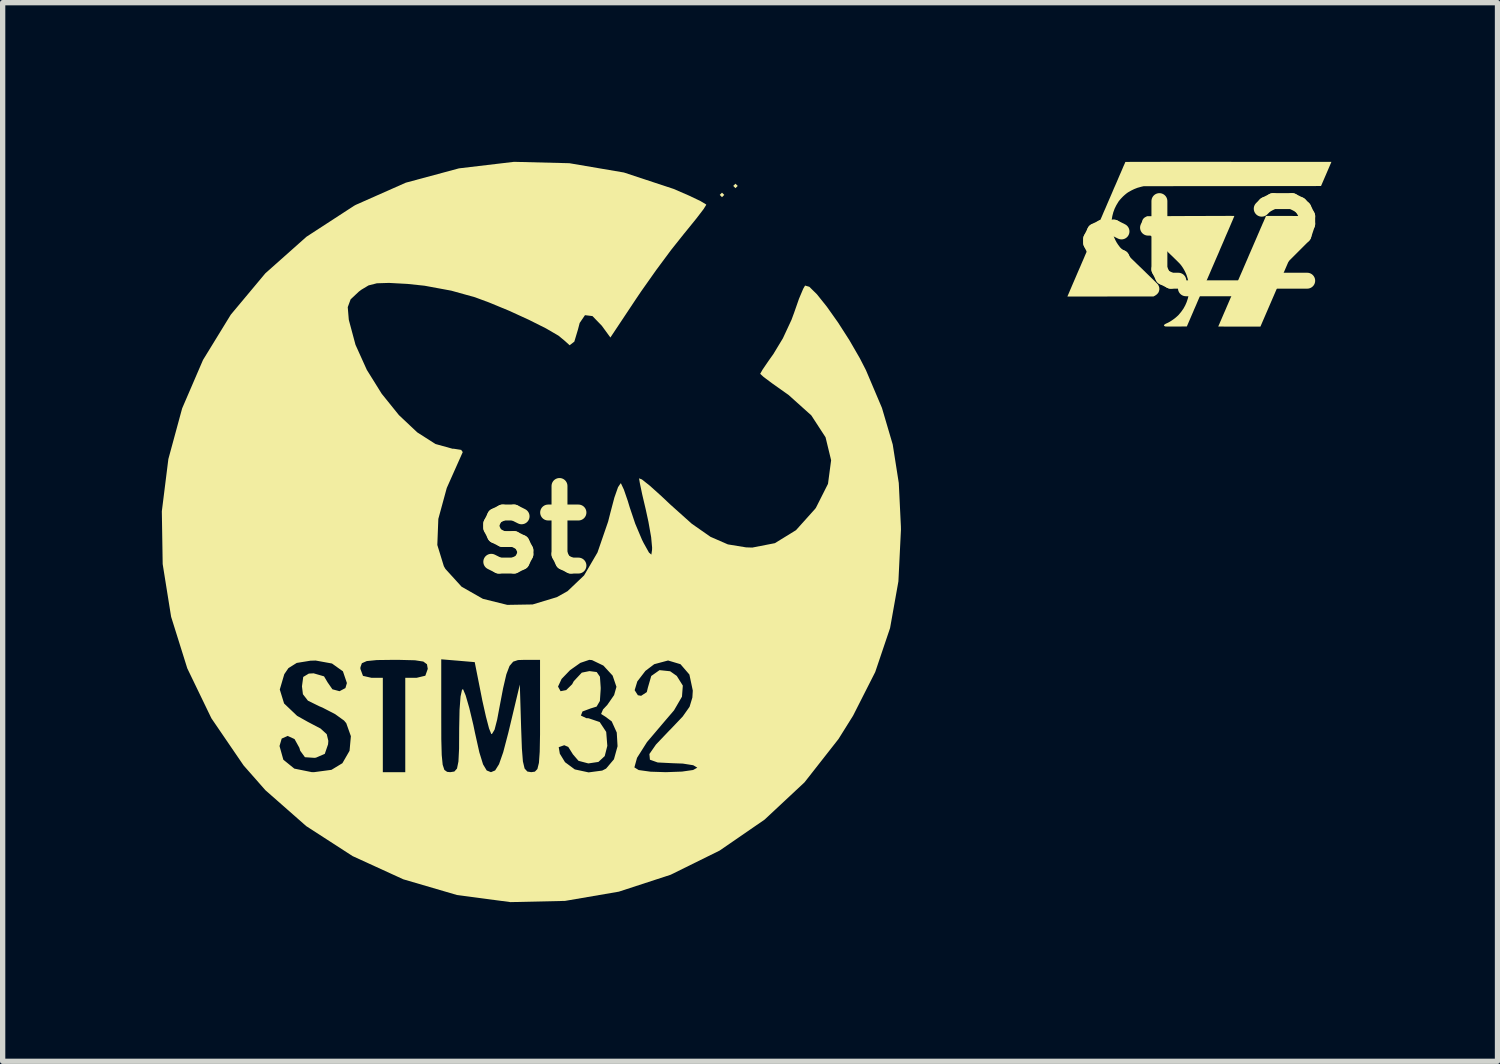
<source format=kicad_pcb>
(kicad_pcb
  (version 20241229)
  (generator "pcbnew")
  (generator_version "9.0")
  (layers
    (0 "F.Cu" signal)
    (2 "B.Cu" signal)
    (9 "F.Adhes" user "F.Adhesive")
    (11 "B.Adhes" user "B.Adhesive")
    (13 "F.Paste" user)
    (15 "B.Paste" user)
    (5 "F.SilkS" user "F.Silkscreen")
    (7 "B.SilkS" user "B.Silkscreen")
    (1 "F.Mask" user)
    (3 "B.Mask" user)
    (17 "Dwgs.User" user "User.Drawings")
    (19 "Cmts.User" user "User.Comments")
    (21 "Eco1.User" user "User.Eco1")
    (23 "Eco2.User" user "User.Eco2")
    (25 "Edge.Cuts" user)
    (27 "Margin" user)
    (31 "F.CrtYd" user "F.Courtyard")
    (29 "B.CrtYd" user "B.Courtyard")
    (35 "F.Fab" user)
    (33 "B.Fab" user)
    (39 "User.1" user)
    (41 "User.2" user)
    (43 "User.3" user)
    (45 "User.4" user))
  (footprint "st"
    (layer "F.Cu")
    (at 6.959 6.931)
    (property "Reference" "st" (at 0 0 0) (layer "F.SilkS") (effects (font (size 1.5 1.5) (thickness 0.3))))
    (attr board_only exclude_from_pos_files exclude_from_bom)
    (fp_poly (pts (xy 3.641 -6.308) (xy 3.598 -6.265) (xy 3.556 -6.308) (xy 3.598 -6.35)) (stroke (width 0) (type solid)) (fill yes) (layer "F.SilkS"))
    (fp_poly (pts (xy 3.895 -6.477) (xy 3.852 -6.435) (xy 3.81 -6.477) (xy 3.852 -6.519)) (stroke (width 0) (type solid)) (fill yes) (layer "F.SilkS"))
    (fp_poly (pts (xy 0.722 -6.905) (xy 1.749 -6.73) (xy 2.688 -6.42) (xy 2.976 -6.295) (xy 3.192 -6.192) (xy 3.297 -6.129) (xy 3.302 -6.122) (xy 3.252 -6.041) (xy 3.118 -5.866) (xy 2.927 -5.63) (xy 2.881 -5.574) (xy 2.639 -5.27) (xy 2.355 -4.887) (xy 2.077 -4.493) (xy 1.977 -4.345) (xy 1.495 -3.62) (xy 1.333 -3.842) (xy 1.157 -4.024) (xy 1.016 -4.041) (xy 0.916 -3.894) (xy 0.883 -3.768) (xy 0.815 -3.542) (xy 0.727 -3.474) (xy 0.634 -3.558) (xy 0.518 -3.654) (xy 0.281 -3.792) (xy -0.042 -3.954) (xy -0.413 -4.124) (xy -0.796 -4.282) (xy -1.058 -4.379) (xy -1.504 -4.503) (xy -2.007 -4.596) (xy -2.328 -4.63) (xy -2.677 -4.649) (xy -2.906 -4.642) (xy -3.063 -4.602) (xy -3.198 -4.521) (xy -3.247 -4.484) (xy -3.401 -4.339) (xy -3.455 -4.192) (xy -3.436 -3.963) (xy -3.434 -3.949) (xy -3.309 -3.483) (xy -3.096 -3.011) (xy -2.815 -2.56) (xy -2.491 -2.158) (xy -2.146 -1.833) (xy -1.802 -1.613) (xy -1.481 -1.524) (xy -1.458 -1.524) (xy -1.317 -1.502) (xy -1.288 -1.46) (xy -1.589 -0.784) (xy -1.748 -0.201) (xy -1.767 0.29) (xy -1.644 0.69) (xy -1.614 0.742) (xy -1.309 1.077) (xy -0.908 1.305) (xy -0.448 1.419) (xy 0.03 1.411) (xy 0.487 1.273) (xy 0.688 1.16) (xy 0.999 0.864) (xy 1.252 0.431) (xy 1.452 -0.15) (xy 1.495 -0.319) (xy 1.57 -0.603) (xy 1.639 -0.799) (xy 1.688 -0.872) (xy 1.695 -0.869) (xy 1.749 -0.754) (xy 1.823 -0.539) (xy 1.858 -0.423) (xy 1.963 -0.111) (xy 2.09 0.19) (xy 2.122 0.254) (xy 2.222 0.433) (xy 2.267 0.472) (xy 2.28 0.382) (xy 2.281 0.339) (xy 2.263 0.142) (xy 2.212 -0.146) (xy 2.161 -0.381) (xy 2.095 -0.661) (xy 2.05 -0.876) (xy 2.035 -0.966) (xy 2.089 -0.945) (xy 2.238 -0.827) (xy 2.456 -0.631) (xy 2.618 -0.478) (xy 3.029 -0.11) (xy 3.381 0.136) (xy 3.709 0.279) (xy 4.051 0.335) (xy 4.169 0.339) (xy 4.595 0.256) (xy 4.993 0.011) (xy 5.353 -0.39) (xy 5.369 -0.412) (xy 5.596 -0.862) (xy 5.655 -1.307) (xy 5.55 -1.74) (xy 5.281 -2.153) (xy 4.852 -2.538) (xy 4.788 -2.583) (xy 4.552 -2.75) (xy 4.383 -2.876) (xy 4.318 -2.936) (xy 4.318 -2.936) (xy 4.363 -3.015) (xy 4.479 -3.185) (xy 4.567 -3.309) (xy 4.746 -3.605) (xy 4.908 -3.953) (xy 4.959 -4.091) (xy 5.049 -4.349) (xy 5.129 -4.539) (xy 5.164 -4.599) (xy 5.244 -4.576) (xy 5.388 -4.434) (xy 5.575 -4.2) (xy 5.786 -3.902) (xy 5.999 -3.57) (xy 6.196 -3.229) (xy 6.311 -3.005) (xy 6.613 -2.293) (xy 6.816 -1.604) (xy 6.93 -0.879) (xy 6.97 -0.059) (xy 6.971 0) (xy 6.923 0.976) (xy 6.766 1.856) (xy 6.486 2.685) (xy 6.069 3.507) (xy 5.794 3.947) (xy 5.154 4.763) (xy 4.4 5.467) (xy 3.553 6.05) (xy 2.631 6.505) (xy 1.654 6.824) (xy 0.64 6.998) (xy -0.389 7.021) (xy -1.397 6.887) (xy -2.408 6.591) (xy -3.363 6.154) (xy -4.237 5.589) (xy -5.007 4.912) (xy -5.418 4.445) (xy -5.668 4.079) (xy -4.741 4.079) (xy -4.669 4.337) (xy -4.462 4.505) (xy -4.134 4.571) (xy -4.093 4.572) (xy -3.762 4.528) (xy -3.556 4.403) (xy -3.421 4.169) (xy -3.396 3.894) (xy -3.483 3.649) (xy -3.525 3.599) (xy -3.693 3.478) (xy -3.933 3.354) (xy -3.991 3.33) (xy -4.206 3.224) (xy -4.3 3.103) (xy -4.318 2.954) (xy -4.294 2.777) (xy -4.189 2.714) (xy -4.098 2.709) (xy -3.902 2.766) (xy -3.835 2.879) (xy -3.744 3.01) (xy -3.61 3.046) (xy -3.499 2.987) (xy -3.471 2.892) (xy -3.546 2.671) (xy -3.611 2.625) (xy -3.217 2.625) (xy -3.168 2.757) (xy -3.006 2.794) (xy -2.794 2.794) (xy -2.794 3.683) (xy -2.794 4.572) (xy -2.582 4.572) (xy -2.371 4.572) (xy -2.371 3.683) (xy -2.371 3.509) (xy -1.693 3.509) (xy -1.692 3.949) (xy -1.684 4.248) (xy -1.666 4.432) (xy -1.634 4.529) (xy -1.582 4.566) (xy -1.524 4.572) (xy -1.446 4.56) (xy -1.396 4.504) (xy -1.369 4.371) (xy -1.357 4.132) (xy -1.355 3.755) (xy -1.355 3.751) (xy -1.348 3.4) (xy -1.329 3.146) (xy -1.301 3.016) (xy -1.281 3.01) (xy -1.233 3.125) (xy -1.164 3.363) (xy -1.088 3.682) (xy -1.057 3.831) (xy -0.975 4.198) (xy -0.905 4.425) (xy -0.836 4.54) (xy -0.756 4.572) (xy -0.677 4.539) (xy -0.604 4.422) (xy -0.525 4.196) (xy -0.43 3.834) (xy -0.409 3.747) (xy -0.212 2.921) (xy -0.187 3.747) (xy -0.173 4.127) (xy -0.154 4.369) (xy -0.122 4.503) (xy -0.07 4.56) (xy 0.003 4.572) (xy 0.072 4.562) (xy 0.119 4.513) (xy 0.148 4.397) (xy 0.163 4.188) (xy 0.169 3.857) (xy 0.169 3.514) (xy 0.169 2.959) (xy 0.508 2.959) (xy 0.556 3.046) (xy 0.662 3.025) (xy 0.774 2.915) (xy 0.805 2.857) (xy 0.956 2.696) (xy 1.101 2.667) (xy 1.237 2.685) (xy 1.298 2.773) (xy 1.312 2.976) (xy 1.312 3.006) (xy 1.297 3.23) (xy 1.235 3.336) (xy 1.122 3.371) (xy 0.969 3.428) (xy 0.939 3.505) (xy 1.041 3.554) (xy 1.084 3.556) (xy 1.293 3.627) (xy 1.416 3.813) (xy 1.437 4.076) (xy 1.388 4.269) (xy 1.269 4.379) (xy 1.079 4.407) (xy 0.894 4.358) (xy 0.787 4.234) (xy 0.787 4.233) (xy 0.701 4.096) (xy 0.625 4.064) (xy 0.521 4.101) (xy 0.542 4.224) (xy 0.64 4.384) (xy 0.824 4.52) (xy 1.084 4.576) (xy 1.34 4.542) (xy 1.413 4.505) (xy 1.433 4.482) (xy 1.947 4.482) (xy 2.028 4.532) (xy 2.252 4.563) (xy 2.54 4.572) (xy 2.844 4.561) (xy 3.054 4.531) (xy 3.133 4.487) (xy 3.133 4.487) (xy 3.056 4.441) (xy 2.859 4.41) (xy 2.667 4.403) (xy 2.386 4.389) (xy 2.24 4.337) (xy 2.23 4.23) (xy 2.354 4.051) (xy 2.61 3.782) (xy 2.625 3.768) (xy 2.857 3.524) (xy 2.987 3.34) (xy 3.04 3.166) (xy 3.048 3.035) (xy 2.984 2.732) (xy 2.816 2.537) (xy 2.582 2.467) (xy 2.321 2.537) (xy 2.155 2.663) (xy 2.002 2.862) (xy 1.952 3.027) (xy 2.013 3.122) (xy 2.074 3.133) (xy 2.181 3.063) (xy 2.201 2.98) (xy 2.265 2.759) (xy 2.421 2.649) (xy 2.621 2.67) (xy 2.746 2.758) (xy 2.86 2.94) (xy 2.844 3.149) (xy 2.694 3.407) (xy 2.509 3.623) (xy 2.184 4.006) (xy 1.997 4.302) (xy 1.947 4.482) (xy 1.433 4.482) (xy 1.562 4.329) (xy 1.63 4.083) (xy 1.615 3.825) (xy 1.52 3.615) (xy 1.402 3.527) (xy 1.32 3.475) (xy 1.356 3.39) (xy 1.437 3.304) (xy 1.565 3.119) (xy 1.609 2.963) (xy 1.537 2.752) (xy 1.363 2.563) (xy 1.149 2.46) (xy 1.097 2.455) (xy 0.929 2.512) (xy 0.735 2.649) (xy 0.575 2.815) (xy 0.508 2.959) (xy 0.508 2.959) (xy 0.169 2.959) (xy 0.169 2.455) (xy -0.12 2.455) (xy -0.246 2.459) (xy -0.337 2.489) (xy -0.406 2.57) (xy -0.466 2.728) (xy -0.527 2.99) (xy -0.602 3.383) (xy -0.639 3.581) (xy -0.688 3.771) (xy -0.738 3.854) (xy -0.751 3.85) (xy -0.792 3.748) (xy -0.851 3.523) (xy -0.919 3.22) (xy -0.933 3.148) (xy -1.062 2.498) (xy -1.378 2.471) (xy -1.693 2.445) (xy -1.693 3.509) (xy -2.371 3.509) (xy -2.371 2.794) (xy -2.159 2.794) (xy -1.993 2.754) (xy -1.947 2.625) (xy -1.962 2.538) (xy -2.031 2.487) (xy -2.188 2.463) (xy -2.468 2.456) (xy -2.582 2.455) (xy -2.907 2.459) (xy -3.097 2.478) (xy -3.189 2.519) (xy -3.216 2.594) (xy -3.217 2.625) (xy -3.611 2.625) (xy -3.752 2.524) (xy -4.06 2.468) (xy -4.158 2.471) (xy -4.417 2.513) (xy -4.573 2.611) (xy -4.651 2.725) (xy -4.736 3.014) (xy -4.655 3.277) (xy -4.41 3.51) (xy -4.207 3.624) (xy -3.967 3.75) (xy -3.851 3.856) (xy -3.821 3.982) (xy -3.826 4.047) (xy -3.888 4.227) (xy -4.053 4.298) (xy -4.082 4.302) (xy -4.262 4.29) (xy -4.351 4.168) (xy -4.367 4.112) (xy -4.458 3.948) (xy -4.587 3.889) (xy -4.7 3.939) (xy -4.741 4.079) (xy -5.668 4.079) (xy -6.025 3.556) (xy -6.479 2.616) (xy -6.784 1.643) (xy -6.943 0.65) (xy -6.959 -0.345) (xy -6.836 -1.329) (xy -6.576 -2.285) (xy -6.183 -3.197) (xy -5.659 -4.051) (xy -5.008 -4.83) (xy -4.233 -5.519) (xy -3.337 -6.102) (xy -3.302 -6.121) (xy -2.361 -6.538) (xy -1.359 -6.808) (xy -0.322 -6.931)) (stroke (width 0) (type solid)) (fill yes) (layer "F.SilkS")))
  (footprint "st_2"
    (layer "F.Cu")
    (at 19.551 1.562)
    (property "Reference" "st_2" (at 0 0 0) (layer "F.SilkS") (effects (font (size 1.5 1.5) (thickness 0.3))))
    (attr board_only exclude_from_pos_files exclude_from_bom)
    (fp_poly (pts (xy 1.514 -0.542) (xy 1.565 -0.542) (xy 1.618 -0.542) (xy 1.657 -0.542) (xy 2.054 -0.541) (xy 1.604 0.501) (xy 1.154 1.543) (xy 0.757 1.543) (xy 0.702 1.543) (xy 0.649 1.543) (xy 0.599 1.543) (xy 0.552 1.543) (xy 0.51 1.543) (xy 0.471 1.543) (xy 0.437 1.542) (xy 0.409 1.542) (xy 0.387 1.542) (xy 0.371 1.542) (xy 0.361 1.542) (xy 0.359 1.542) (xy 0.361 1.538) (xy 0.365 1.527) (xy 0.373 1.51) (xy 0.383 1.487) (xy 0.395 1.458) (xy 0.41 1.424) (xy 0.427 1.384) (xy 0.446 1.34) (xy 0.467 1.291) (xy 0.49 1.239) (xy 0.514 1.182) (xy 0.54 1.122) (xy 0.567 1.059) (xy 0.595 0.994) (xy 0.625 0.926) (xy 0.655 0.856) (xy 0.686 0.784) (xy 0.717 0.711) (xy 0.749 0.637) (xy 0.781 0.563) (xy 0.814 0.488) (xy 0.846 0.413) (xy 0.878 0.339) (xy 0.91 0.265) (xy 0.941 0.192) (xy 0.972 0.121) (xy 1.002 0.052) (xy 1.031 -0.015) (xy 1.059 -0.08) (xy 1.086 -0.142) (xy 1.111 -0.201) (xy 1.135 -0.256) (xy 1.157 -0.308) (xy 1.178 -0.355) (xy 1.196 -0.398) (xy 1.213 -0.435) (xy 1.227 -0.468) (xy 1.239 -0.495) (xy 1.248 -0.516) (xy 1.254 -0.531) (xy 1.258 -0.54) (xy 1.259 -0.541) (xy 1.263 -0.542) (xy 1.274 -0.542) (xy 1.292 -0.542) (xy 1.317 -0.542) (xy 1.347 -0.542) (xy 1.382 -0.542) (xy 1.422 -0.542) (xy 1.466 -0.542)) (stroke (width 0) (type solid)) (fill yes) (layer "F.SilkS"))
    (fp_poly (pts (xy 0.086 -1.562) (xy 0.203 -1.562) (xy 0.322 -1.562) (xy 0.443 -1.562) (xy 0.552 -1.562) (xy 2.492 -1.561) (xy 2.394 -1.333) (xy 2.296 -1.106) (xy 0.625 -1.104) (xy -1.045 -1.103) (xy -1.09 -1.093) (xy -1.112 -1.087) (xy -1.136 -1.08) (xy -1.159 -1.074) (xy -1.17 -1.07) (xy -1.193 -1.061) (xy -1.221 -1.05) (xy -1.251 -1.036) (xy -1.281 -1.021) (xy -1.309 -1.005) (xy -1.334 -0.991) (xy -1.344 -0.985) (xy -1.373 -0.964) (xy -1.404 -0.938) (xy -1.435 -0.91) (xy -1.465 -0.879) (xy -1.492 -0.849) (xy -1.515 -0.821) (xy -1.522 -0.81) (xy -1.561 -0.746) (xy -1.594 -0.679) (xy -1.619 -0.611) (xy -1.637 -0.541) (xy -1.649 -0.47) (xy -1.652 -0.4) (xy -1.649 -0.329) (xy -1.638 -0.26) (xy -1.634 -0.242) (xy -1.619 -0.186) (xy -1.602 -0.135) (xy -1.581 -0.089) (xy -1.557 -0.044) (xy -1.528 0.001) (xy -1.497 0.042) (xy -1.49 0.051) (xy -1.477 0.064) (xy -1.458 0.083) (xy -1.435 0.107) (xy -1.406 0.136) (xy -1.372 0.169) (xy -1.332 0.208) (xy -1.288 0.251) (xy -1.239 0.298) (xy -1.186 0.35) (xy -1.129 0.405) (xy -1.085 0.447) (xy -1.043 0.488) (xy -1.003 0.527) (xy -0.965 0.564) (xy -0.929 0.599) (xy -0.896 0.631) (xy -0.866 0.66) (xy -0.84 0.686) (xy -0.818 0.708) (xy -0.8 0.726) (xy -0.787 0.739) (xy -0.779 0.748) (xy -0.776 0.751) (xy -0.761 0.781) (xy -0.752 0.812) (xy -0.751 0.844) (xy -0.757 0.874) (xy -0.769 0.902) (xy -0.789 0.927) (xy -0.795 0.933) (xy -0.81 0.945) (xy -0.826 0.956) (xy -0.839 0.964) (xy -0.861 0.975) (xy -1.673 0.976) (xy -2.484 0.977) (xy -2.479 0.964) (xy -2.475 0.955) (xy -2.468 0.939) (xy -2.458 0.916) (xy -2.446 0.888) (xy -2.432 0.854) (xy -2.415 0.815) (xy -2.396 0.77) (xy -2.375 0.721) (xy -2.352 0.668) (xy -2.327 0.61) (xy -2.301 0.549) (xy -2.273 0.484) (xy -2.243 0.416) (xy -2.213 0.345) (xy -2.181 0.272) (xy -2.149 0.196) (xy -2.115 0.118) (xy -2.081 0.039) (xy -2.046 -0.041) (xy -2.011 -0.123) (xy -1.976 -0.205) (xy -1.941 -0.287) (xy -1.905 -0.369) (xy -1.87 -0.452) (xy -1.834 -0.533) (xy -1.8 -0.614) (xy -1.765 -0.693) (xy -1.732 -0.771) (xy -1.699 -0.847) (xy -1.667 -0.921) (xy -1.636 -0.993) (xy -1.607 -1.062) (xy -1.578 -1.127) (xy -1.551 -1.189) (xy -1.526 -1.248) (xy -1.503 -1.302) (xy -1.481 -1.352) (xy -1.461 -1.398) (xy -1.444 -1.438) (xy -1.429 -1.474) (xy -1.416 -1.503) (xy -1.405 -1.527) (xy -1.398 -1.545) (xy -1.393 -1.556) (xy -1.391 -1.56) (xy -1.391 -1.56) (xy -1.387 -1.56) (xy -1.376 -1.56) (xy -1.357 -1.56) (xy -1.33 -1.56) (xy -1.298 -1.561) (xy -1.258 -1.561) (xy -1.212 -1.561) (xy -1.16 -1.561) (xy -1.102 -1.561) (xy -1.038 -1.561) (xy -0.969 -1.561) (xy -0.894 -1.561) (xy -0.815 -1.561) (xy -0.731 -1.562) (xy -0.642 -1.562) (xy -0.549 -1.562) (xy -0.452 -1.562) (xy -0.351 -1.562) (xy -0.246 -1.562) (xy -0.139 -1.562) (xy -0.028 -1.562)) (stroke (width 0) (type solid)) (fill yes) (layer "F.SilkS"))
    (fp_poly (pts (xy 0.577 -0.543) (xy 0.607 -0.543) (xy 0.632 -0.542) (xy 0.649 -0.542) (xy 0.66 -0.542) (xy 0.662 -0.542) (xy 0.661 -0.538) (xy 0.657 -0.528) (xy 0.65 -0.511) (xy 0.64 -0.487) (xy 0.628 -0.458) (xy 0.613 -0.424) (xy 0.596 -0.384) (xy 0.577 -0.339) (xy 0.556 -0.29) (xy 0.533 -0.237) (xy 0.508 -0.18) (xy 0.482 -0.119) (xy 0.455 -0.055) (xy 0.426 0.012) (xy 0.396 0.081) (xy 0.366 0.153) (xy 0.338 0.217) (xy 0.304 0.295) (xy 0.27 0.374) (xy 0.236 0.452) (xy 0.203 0.53) (xy 0.169 0.608) (xy 0.136 0.684) (xy 0.104 0.758) (xy 0.074 0.83) (xy 0.044 0.898) (xy 0.016 0.963) (xy -0.011 1.025) (xy -0.035 1.081) (xy -0.057 1.133) (xy -0.077 1.179) (xy -0.095 1.219) (xy -0.109 1.253) (xy -0.111 1.258) (xy -0.233 1.541) (xy -0.436 1.542) (xy -0.481 1.542) (xy -0.519 1.542) (xy -0.55 1.542) (xy -0.576 1.542) (xy -0.596 1.542) (xy -0.612 1.542) (xy -0.624 1.541) (xy -0.633 1.541) (xy -0.64 1.54) (xy -0.645 1.539) (xy -0.648 1.537) (xy -0.651 1.535) (xy -0.651 1.535) (xy -0.66 1.529) (xy -0.664 1.522) (xy -0.664 1.52) (xy -0.66 1.511) (xy -0.65 1.501) (xy -0.635 1.492) (xy -0.619 1.484) (xy -0.588 1.47) (xy -0.553 1.451) (xy -0.517 1.428) (xy -0.481 1.403) (xy -0.446 1.376) (xy -0.414 1.348) (xy -0.387 1.322) (xy -0.382 1.316) (xy -0.336 1.26) (xy -0.296 1.203) (xy -0.263 1.143) (xy -0.236 1.081) (xy -0.214 1.014) (xy -0.213 1.01) (xy -0.204 0.971) (xy -0.197 0.935) (xy -0.193 0.897) (xy -0.191 0.856) (xy -0.19 0.828) (xy -0.193 0.765) (xy -0.203 0.701) (xy -0.218 0.635) (xy -0.238 0.572) (xy -0.243 0.56) (xy -0.255 0.532) (xy -0.27 0.501) (xy -0.288 0.468) (xy -0.307 0.436) (xy -0.326 0.408) (xy -0.335 0.395) (xy -0.34 0.389) (xy -0.345 0.383) (xy -0.349 0.377) (xy -0.355 0.37) (xy -0.362 0.363) (xy -0.369 0.354) (xy -0.379 0.344) (xy -0.39 0.333) (xy -0.404 0.319) (xy -0.419 0.304) (xy -0.438 0.285) (xy -0.46 0.264) (xy -0.485 0.239) (xy -0.514 0.211) (xy -0.547 0.18) (xy -0.584 0.144) (xy -0.626 0.103) (xy -0.673 0.058) (xy -0.725 0.008) (xy -0.741 -0.007) (xy -0.791 -0.055) (xy -0.835 -0.098) (xy -0.874 -0.136) (xy -0.909 -0.169) (xy -0.939 -0.198) (xy -0.965 -0.224) (xy -0.987 -0.246) (xy -1.006 -0.264) (xy -1.021 -0.28) (xy -1.034 -0.293) (xy -1.045 -0.304) (xy -1.053 -0.313) (xy -1.059 -0.32) (xy -1.064 -0.326) (xy -1.067 -0.331) (xy -1.069 -0.335) (xy -1.07 -0.336) (xy -1.08 -0.361) (xy -1.085 -0.385) (xy -1.084 -0.411) (xy -1.082 -0.42) (xy -1.073 -0.454) (xy -1.059 -0.482) (xy -1.039 -0.505) (xy -1.012 -0.522) (xy -1.008 -0.524) (xy -0.982 -0.537) (xy -0.161 -0.541) (xy -0.081 -0.541) (xy -0.004 -0.541) (xy 0.071 -0.541) (xy 0.143 -0.542) (xy 0.212 -0.542) (xy 0.278 -0.542) (xy 0.34 -0.542) (xy 0.397 -0.542) (xy 0.45 -0.542) (xy 0.497 -0.543) (xy 0.54 -0.543)) (stroke (width 0) (type solid)) (fill yes) (layer "F.SilkS")))
  (gr_rect
    (start -3 -3)
    (end 25.173 16.952)
    (stroke (width 0.1) (type default))
    (fill no)
    (layer "Edge.Cuts")))
</source>
